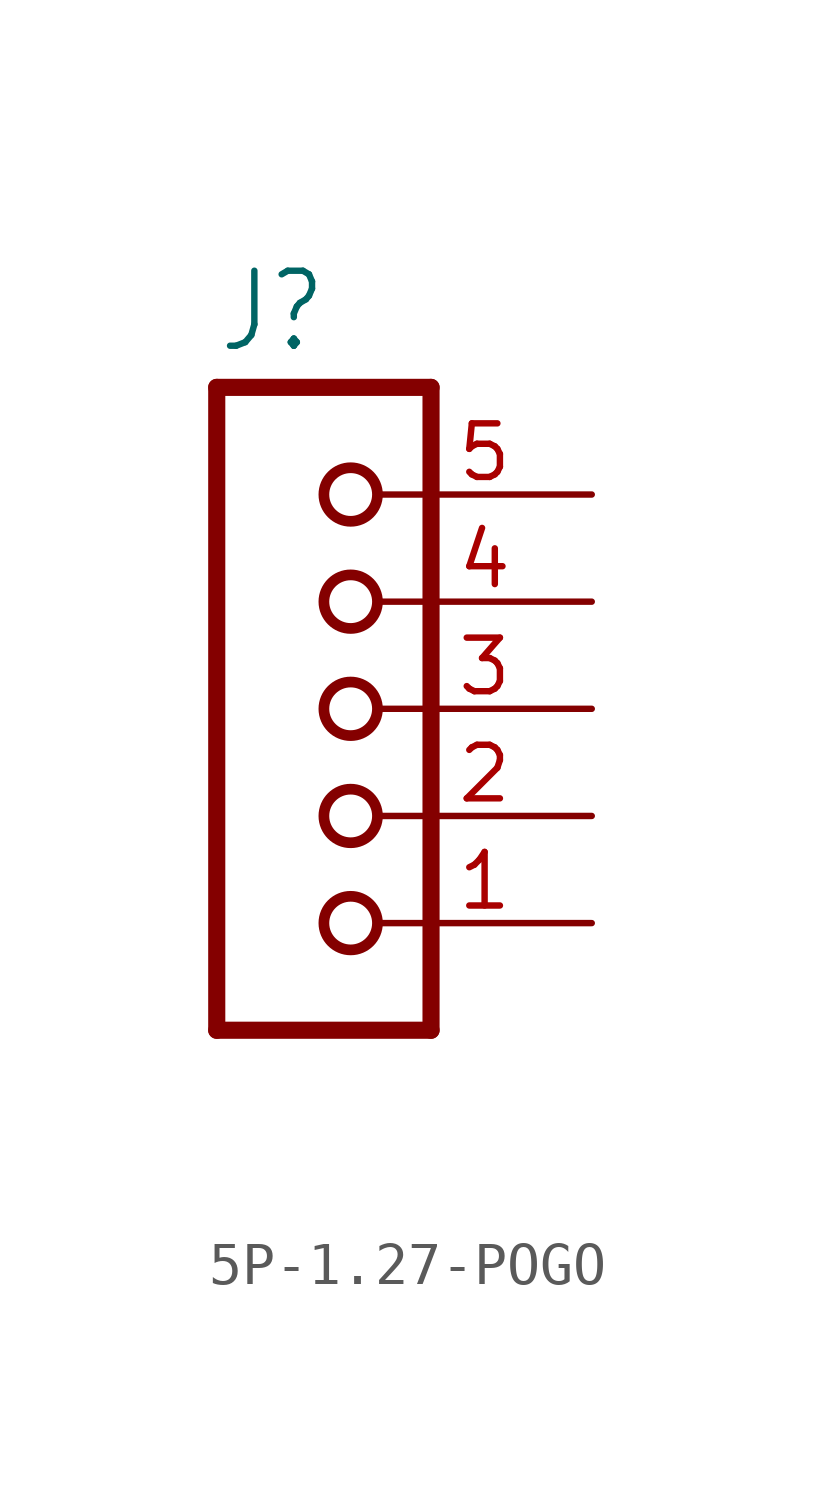
<source format=kicad_sym>
(kicad_symbol_lib
  (version 20231120)
  (generator "kicad_symbol_editor")
  (generator_version "8.0")
  (symbol "5P-1.27-POGO"
    (property "Reference" "J"
      (at -1.27 8.382 0)
      (effects (font (size 1.778 1.511)) (justify left bottom)))
    (property "Value" ""
      (at -1.27 -10.16 0)
      (effects (font (size 1.778 1.511)) (justify left bottom)))
    (property "ki_locked" ""
      (at 0 0 0)
      (effects (font (size 1.27 1.27))))
    (symbol "5P-1.27-POGO_1_0"
      (polyline (pts (xy -1.27 7.62) (xy -1.27 -7.62)) (stroke (width 0.406) (type solid)) (fill (type none)))
      (polyline (pts (xy -1.27 7.62) (xy 3.81 7.62)) (stroke (width 0.406) (type solid)) (fill (type none)))
      (polyline (pts (xy 3.81 -7.62) (xy -1.27 -7.62)) (stroke (width 0.406) (type solid)) (fill (type none)))
      (polyline (pts (xy 3.81 -7.62) (xy 3.81 7.62)) (stroke (width 0.406) (type solid)) (fill (type none)))
      (circle (center 1.905 -5.08) (radius 0.635) (stroke (width 0.254) (type solid)) (fill (type none)))
      (circle (center 1.905 -2.54) (radius 0.635) (stroke (width 0.254) (type solid)) (fill (type none)))
      (circle (center 1.905 0) (radius 0.635) (stroke (width 0.254) (type solid)) (fill (type none)))
      (circle (center 1.905 2.54) (radius 0.635) (stroke (width 0.254) (type solid)) (fill (type none)))
      (circle (center 1.905 5.08) (radius 0.635) (stroke (width 0.254) (type solid)) (fill (type none)))
      (pin passive line (at 7.62 -5.08 180) (length 5.08) (name "1" (effects (font (size 0 0)))) (number "1" (effects (font (size 1.27 1.27)))))
      (pin passive line (at 7.62 -2.54 180) (length 5.08) (name "2" (effects (font (size 0 0)))) (number "2" (effects (font (size 1.27 1.27)))))
      (pin passive line (at 7.62 0 180) (length 5.08) (name "3" (effects (font (size 0 0)))) (number "3" (effects (font (size 1.27 1.27)))))
      (pin passive line (at 7.62 2.54 180) (length 5.08) (name "4" (effects (font (size 0 0)))) (number "4" (effects (font (size 1.27 1.27)))))
      (pin passive line (at 7.62 5.08 180) (length 5.08) (name "5" (effects (font (size 0 0)))) (number "5" (effects (font (size 1.27 1.27))))))))
</source>
